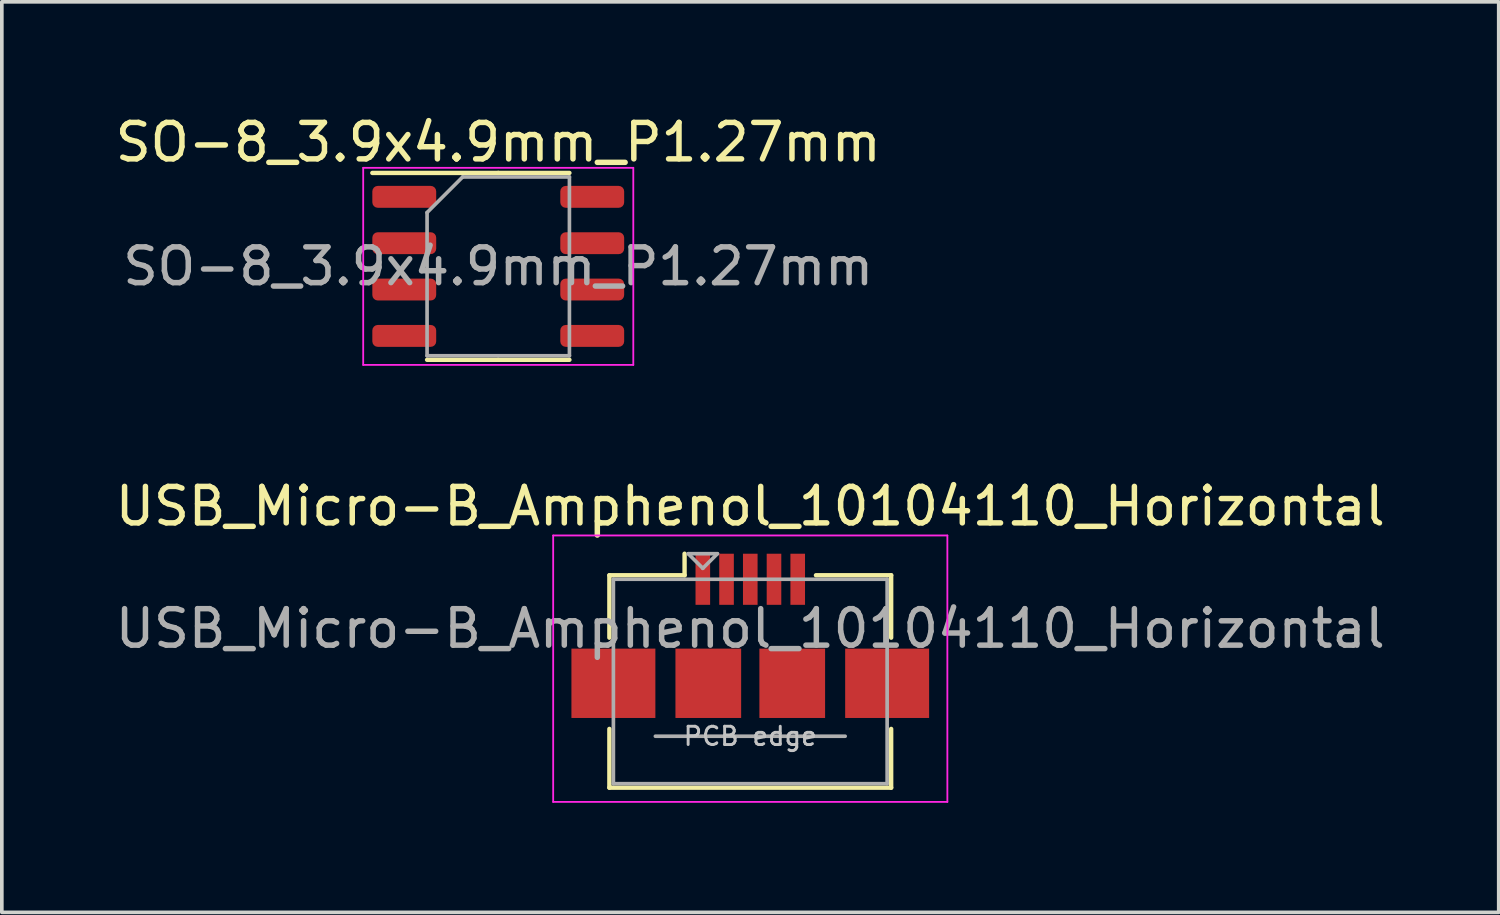
<source format=kicad_pcb>
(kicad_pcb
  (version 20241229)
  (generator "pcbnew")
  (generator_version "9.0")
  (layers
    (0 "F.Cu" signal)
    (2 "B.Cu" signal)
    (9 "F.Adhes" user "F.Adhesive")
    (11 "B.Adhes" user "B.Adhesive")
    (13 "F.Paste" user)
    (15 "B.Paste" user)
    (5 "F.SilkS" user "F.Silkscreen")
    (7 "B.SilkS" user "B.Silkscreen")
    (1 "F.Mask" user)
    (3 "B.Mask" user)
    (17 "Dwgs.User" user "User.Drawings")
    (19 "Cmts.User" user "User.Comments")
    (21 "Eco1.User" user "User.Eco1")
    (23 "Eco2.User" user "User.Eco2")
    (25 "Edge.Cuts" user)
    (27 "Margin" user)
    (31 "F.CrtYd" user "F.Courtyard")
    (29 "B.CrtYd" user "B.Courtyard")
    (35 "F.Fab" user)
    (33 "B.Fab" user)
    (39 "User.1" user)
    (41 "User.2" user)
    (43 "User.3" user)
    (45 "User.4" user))
  (footprint "SO-8_3.9x4.9mm_P1.27mm"
    (layer "F.Cu")
    (at 10.601 4.248)
    (property "Reference" "SO-8_3.9x4.9mm_P1.27mm" (at 0 -3.4 0) (layer "F.SilkS") (effects (font (size 1 1) (thickness 0.15))))
    (attr smd)
    (fp_line (start 0 -2.56) (end -3.45 -2.56) (stroke (width 0.12) (type solid)) (layer "F.SilkS"))
    (fp_line (start 0 -2.56) (end 1.95 -2.56) (stroke (width 0.12) (type solid)) (layer "F.SilkS"))
    (fp_line (start 0 2.56) (end -1.95 2.56) (stroke (width 0.12) (type solid)) (layer "F.SilkS"))
    (fp_line (start 0 2.56) (end 1.95 2.56) (stroke (width 0.12) (type solid)) (layer "F.SilkS"))
    (fp_line (start -3.7 -2.7) (end -3.7 2.7) (stroke (width 0.05) (type solid)) (layer "F.CrtYd"))
    (fp_line (start -3.7 2.7) (end 3.7 2.7) (stroke (width 0.05) (type solid)) (layer "F.CrtYd"))
    (fp_line (start 3.7 -2.7) (end -3.7 -2.7) (stroke (width 0.05) (type solid)) (layer "F.CrtYd"))
    (fp_line (start 3.7 2.7) (end 3.7 -2.7) (stroke (width 0.05) (type solid)) (layer "F.CrtYd"))
    (fp_line (start -1.95 -1.475) (end -0.975 -2.45) (stroke (width 0.1) (type solid)) (layer "F.Fab"))
    (fp_line (start -1.95 2.45) (end -1.95 -1.475) (stroke (width 0.1) (type solid)) (layer "F.Fab"))
    (fp_line (start -0.975 -2.45) (end 1.95 -2.45) (stroke (width 0.1) (type solid)) (layer "F.Fab"))
    (fp_line (start 1.95 -2.45) (end 1.95 2.45) (stroke (width 0.1) (type solid)) (layer "F.Fab"))
    (fp_line (start 1.95 2.45) (end -1.95 2.45) (stroke (width 0.1) (type solid)) (layer "F.Fab"))
    (fp_text user "${REFERENCE}" (at 0 0 0) (layer "F.Fab") (effects (font (size 0.98 0.98) (thickness 0.15))))
    (pad "1" smd roundrect (at -2.575 -1.905) (size 1.75 0.6) (layers "F.Cu" "F.Mask" "F.Paste") (roundrect_rratio 0.25))
    (pad "2" smd roundrect (at -2.575 -0.635) (size 1.75 0.6) (layers "F.Cu" "F.Mask" "F.Paste") (roundrect_rratio 0.25))
    (pad "3" smd roundrect (at -2.575 0.635) (size 1.75 0.6) (layers "F.Cu" "F.Mask" "F.Paste") (roundrect_rratio 0.25))
    (pad "4" smd roundrect (at -2.575 1.905) (size 1.75 0.6) (layers "F.Cu" "F.Mask" "F.Paste") (roundrect_rratio 0.25))
    (pad "5" smd roundrect (at 2.575 1.905) (size 1.75 0.6) (layers "F.Cu" "F.Mask" "F.Paste") (roundrect_rratio 0.25))
    (pad "6" smd roundrect (at 2.575 0.635) (size 1.75 0.6) (layers "F.Cu" "F.Mask" "F.Paste") (roundrect_rratio 0.25))
    (pad "7" smd roundrect (at 2.575 -0.635) (size 1.75 0.6) (layers "F.Cu" "F.Mask" "F.Paste") (roundrect_rratio 0.25))
    (pad "8" smd roundrect (at 2.575 -1.905) (size 1.75 0.6) (layers "F.Cu" "F.Mask" "F.Paste") (roundrect_rratio 0.25)))
  (footprint "USB_Micro-B_Amphenol_10104110_Horizontal"
    (layer "F.Cu")
    (at 17.506 14.371)
    (property "Reference" "USB_Micro-B_Amphenol_10104110_Horizontal" (at 0 -3.55 0) (layer "F.SilkS") (effects (font (size 1 1) (thickness 0.15))))
    (attr smd)
    (fp_line (start -3.86 -1.66) (end -1.8 -1.66) (stroke (width 0.12) (type solid)) (layer "F.SilkS"))
    (fp_line (start -3.86 0.05) (end -3.86 -1.66) (stroke (width 0.12) (type solid)) (layer "F.SilkS"))
    (fp_line (start -3.86 4.16) (end -3.86 2.55) (stroke (width 0.12) (type solid)) (layer "F.SilkS"))
    (fp_line (start -3.86 4.16) (end 3.86 4.16) (stroke (width 0.12) (type solid)) (layer "F.SilkS"))
    (fp_line (start -1.8 -1.66) (end -1.8 -2.25) (stroke (width 0.12) (type solid)) (layer "F.SilkS"))
    (fp_line (start 3.86 -1.66) (end 1.8 -1.66) (stroke (width 0.12) (type solid)) (layer "F.SilkS"))
    (fp_line (start 3.86 0.05) (end 3.86 -1.66) (stroke (width 0.12) (type solid)) (layer "F.SilkS"))
    (fp_line (start 3.86 4.16) (end 3.86 2.55) (stroke (width 0.12) (type solid)) (layer "F.SilkS"))
    (fp_line (start -5.4 -2.75) (end -5.4 4.55) (stroke (width 0.05) (type solid)) (layer "F.CrtYd"))
    (fp_line (start -5.4 4.55) (end 5.4 4.55) (stroke (width 0.05) (type solid)) (layer "F.CrtYd"))
    (fp_line (start 5.4 -2.75) (end -5.4 -2.75) (stroke (width 0.05) (type solid)) (layer "F.CrtYd"))
    (fp_line (start 5.4 4.55) (end 5.4 -2.75) (stroke (width 0.05) (type solid)) (layer "F.CrtYd"))
    (fp_line (start -3.75 -1.55) (end 3.75 -1.55) (stroke (width 0.1) (type solid)) (layer "F.Fab"))
    (fp_line (start -3.75 4.05) (end -3.75 -1.55) (stroke (width 0.1) (type solid)) (layer "F.Fab"))
    (fp_line (start -2.6 2.75) (end 2.6 2.75) (stroke (width 0.1) (type solid)) (layer "F.Fab"))
    (fp_line (start -1.7 -2.25) (end -1.3 -1.85) (stroke (width 0.1) (type solid)) (layer "F.Fab"))
    (fp_line (start -1.3 -1.85) (end -0.9 -2.25) (stroke (width 0.1) (type solid)) (layer "F.Fab"))
    (fp_line (start -0.9 -2.25) (end -1.7 -2.25) (stroke (width 0.1) (type solid)) (layer "F.Fab"))
    (fp_line (start 3.75 -1.55) (end 3.75 4.05) (stroke (width 0.1) (type solid)) (layer "F.Fab"))
    (fp_line (start 3.75 4.05) (end -3.75 4.05) (stroke (width 0.1) (type solid)) (layer "F.Fab"))
    (fp_text user "PCB edge" (at 0 2.75 0) (layer "Dwgs.User") (effects (font (size 0.5 0.5) (thickness 0.08))))
    (fp_text user "${REFERENCE}" (at 0 -0.2 0) (layer "F.Fab") (effects (font (size 1 1) (thickness 0.15))))
    (pad "1" smd rect (at -1.3 -1.55) (size 0.4 1.4) (layers "F.Cu" "F.Mask" "F.Paste"))
    (pad "2" smd rect (at -0.65 -1.55) (size 0.4 1.4) (layers "F.Cu" "F.Mask" "F.Paste"))
    (pad "3" smd rect (at 0 -1.55) (size 0.4 1.4) (layers "F.Cu" "F.Mask" "F.Paste"))
    (pad "4" smd rect (at 0.65 -1.55) (size 0.4 1.4) (layers "F.Cu" "F.Mask" "F.Paste"))
    (pad "5" smd rect (at 1.3 -1.55) (size 0.4 1.4) (layers "F.Cu" "F.Mask" "F.Paste"))
    (pad "6" smd rect (at -3.75 1.3) (size 2.3 1.9) (layers "F.Cu" "F.Mask" "F.Paste"))
    (pad "6" smd rect (at -1.15 1.3) (size 1.8 1.9) (layers "F.Cu" "F.Mask" "F.Paste"))
    (pad "6" smd rect (at 1.15 1.3) (size 1.8 1.9) (layers "F.Cu" "F.Mask" "F.Paste"))
    (pad "6" smd rect (at 3.75 1.3) (size 2.3 1.9) (layers "F.Cu" "F.Mask" "F.Paste")))
  (gr_rect
    (start -3 -3)
    (end 38.012 21.947)
    (stroke (width 0.1) (type default))
    (fill no)
    (layer "Edge.Cuts")))
</source>
